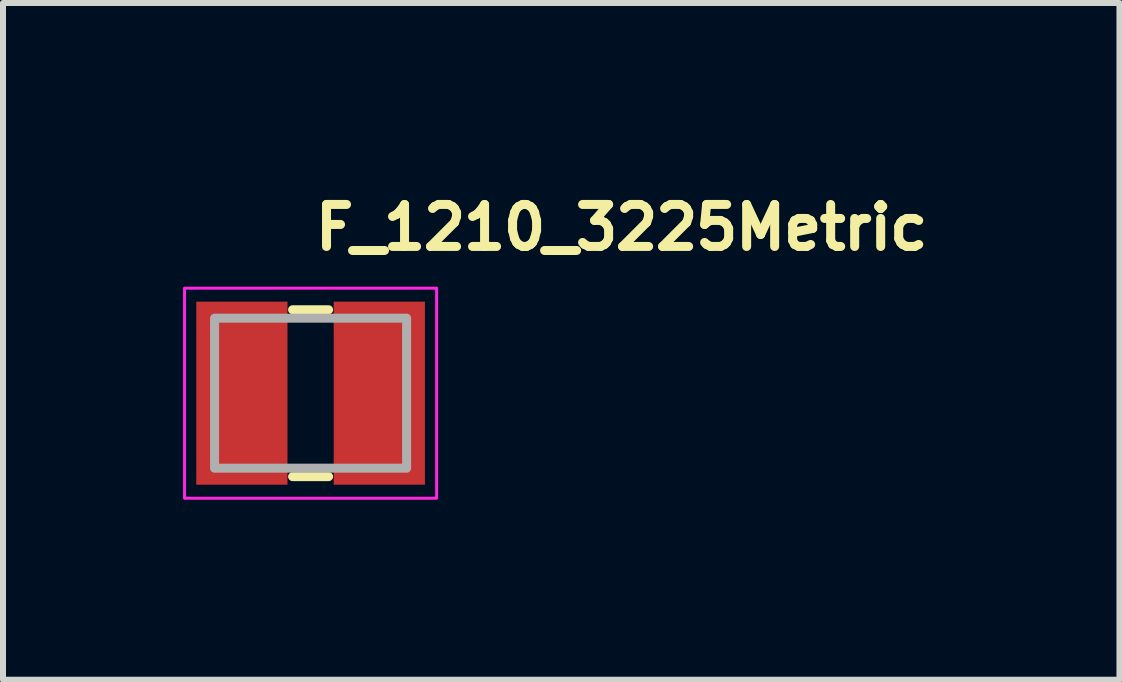
<source format=kicad_pcb>
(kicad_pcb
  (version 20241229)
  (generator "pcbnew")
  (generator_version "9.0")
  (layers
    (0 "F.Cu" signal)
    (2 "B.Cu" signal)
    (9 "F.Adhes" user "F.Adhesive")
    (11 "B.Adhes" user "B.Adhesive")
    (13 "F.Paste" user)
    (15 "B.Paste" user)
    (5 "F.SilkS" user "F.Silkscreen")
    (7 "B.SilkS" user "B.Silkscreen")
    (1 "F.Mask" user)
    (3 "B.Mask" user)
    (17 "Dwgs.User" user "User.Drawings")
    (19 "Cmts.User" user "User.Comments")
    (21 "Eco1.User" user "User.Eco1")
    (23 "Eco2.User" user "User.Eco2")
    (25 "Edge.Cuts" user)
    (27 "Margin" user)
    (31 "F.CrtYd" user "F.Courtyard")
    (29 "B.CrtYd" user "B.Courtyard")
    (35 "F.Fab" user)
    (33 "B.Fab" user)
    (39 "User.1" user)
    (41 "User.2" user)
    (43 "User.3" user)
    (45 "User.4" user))
  (footprint "F_1210_3225Metric"
    (layer "F.Cu")
    (at 2.125 3.501)
    (property "Reference" "F_1210_3225Metric" (at 0 -2.351 0) (layer "F.SilkS") (effects (font (size 0.7 0.7) (thickness 0.15)) (justify left bottom)))
    (attr smd)
    (fp_line (start -0.3 -1.39) (end 0.3 -1.39) (stroke (width 0.15) (type solid)) (layer "F.SilkS"))
    (fp_line (start -0.3 1.39) (end 0.3 1.39) (stroke (width 0.15) (type solid)) (layer "F.SilkS"))
    (fp_rect (start -2.1 -1.75) (end 2.1 1.75) (stroke (width 0.05) (type solid)) (fill no) (layer "F.CrtYd"))
    (fp_rect (start -1.6 -1.25) (end 1.6 1.25) (stroke (width 0.15) (type solid)) (fill no) (layer "F.Fab"))
    (fp_rect (start -1.6 -1.25) (end 1.6 1.25) (stroke (width 0.1) (type solid)) (fill no) (layer "User.5"))
    (fp_line (start -1.601 -1.246) (end -1.601 -1.244) (stroke (width 0.02) (type solid)) (layer "User.9"))
    (fp_line (start -1.601 -1.244) (end -1.601 -1.244) (stroke (width 0.02) (type solid)) (layer "User.9"))
    (fp_line (start -1.601 -1.244) (end -1.601 -1.244) (stroke (width 0.02) (type solid)) (layer "User.9"))
    (fp_line (start -1.601 -1.244) (end -1.601 -1.244) (stroke (width 0.02) (type solid)) (layer "User.9"))
    (fp_line (start -1.601 -1.244) (end -1.601 -1.244) (stroke (width 0.02) (type solid)) (layer "User.9"))
    (fp_line (start -1.601 -1.244) (end -1.601 -1.242) (stroke (width 0.02) (type solid)) (layer "User.9"))
    (fp_line (start -1.601 -1.242) (end -1.601 -1.242) (stroke (width 0.02) (type solid)) (layer "User.9"))
    (fp_line (start -1.601 -1.242) (end -1.601 -1.242) (stroke (width 0.02) (type solid)) (layer "User.9"))
    (fp_line (start -1.601 -1.242) (end -1.601 -1.24) (stroke (width 0.02) (type solid)) (layer "User.9"))
    (fp_line (start -1.601 -1.24) (end -1.601 -1.24) (stroke (width 0.02) (type solid)) (layer "User.9"))
    (fp_line (start -1.601 -1.24) (end -1.601 -1.24) (stroke (width 0.02) (type solid)) (layer "User.9"))
    (fp_line (start -1.601 -1.24) (end -1.601 -1.24) (stroke (width 0.02) (type solid)) (layer "User.9"))
    (fp_line (start -1.601 -1.24) (end -1.601 -1.24) (stroke (width 0.02) (type solid)) (layer "User.9"))
    (fp_line (start -1.601 -1.24) (end -1.601 -1.238) (stroke (width 0.02) (type solid)) (layer "User.9"))
    (fp_line (start -1.601 -1.24) (end -1.601 1.239) (stroke (width 0.02) (type solid)) (layer "User.9"))
    (fp_line (start -1.601 -1.238) (end -1.601 -1.238) (stroke (width 0.02) (type solid)) (layer "User.9"))
    (fp_line (start -1.601 -1.238) (end -1.601 -1.238) (stroke (width 0.02) (type solid)) (layer "User.9"))
    (fp_line (start -1.601 -1.238) (end -1.601 -1.238) (stroke (width 0.02) (type solid)) (layer "User.9"))
    (fp_line (start -1.601 -1.238) (end -1.601 -1.238) (stroke (width 0.02) (type solid)) (layer "User.9"))
    (fp_line (start -1.601 -1.238) (end -1.601 -1.236) (stroke (width 0.02) (type solid)) (layer "User.9"))
    (fp_line (start -1.601 -1.236) (end -1.599 -1.236) (stroke (width 0.02) (type solid)) (layer "User.9"))
    (fp_line (start -1.601 1.235) (end -1.601 1.235) (stroke (width 0.02) (type solid)) (layer "User.9"))
    (fp_line (start -1.601 1.235) (end -1.601 1.235) (stroke (width 0.02) (type solid)) (layer "User.9"))
    (fp_line (start -1.601 1.235) (end -1.601 1.237) (stroke (width 0.02) (type solid)) (layer "User.9"))
    (fp_line (start -1.601 1.237) (end -1.601 1.237) (stroke (width 0.02) (type solid)) (layer "User.9"))
    (fp_line (start -1.601 1.237) (end -1.601 1.237) (stroke (width 0.02) (type solid)) (layer "User.9"))
    (fp_line (start -1.601 1.237) (end -1.601 1.237) (stroke (width 0.02) (type solid)) (layer "User.9"))
    (fp_line (start -1.601 1.237) (end -1.601 1.237) (stroke (width 0.02) (type solid)) (layer "User.9"))
    (fp_line (start -1.601 1.237) (end -1.601 1.239) (stroke (width 0.02) (type solid)) (layer "User.9"))
    (fp_line (start -1.601 1.239) (end -1.601 1.239) (stroke (width 0.02) (type solid)) (layer "User.9"))
    (fp_line (start -1.601 1.239) (end -1.601 1.239) (stroke (width 0.02) (type solid)) (layer "User.9"))
    (fp_line (start -1.601 1.239) (end -1.601 1.239) (stroke (width 0.02) (type solid)) (layer "User.9"))
    (fp_line (start -1.601 1.239) (end -1.601 1.241) (stroke (width 0.02) (type solid)) (layer "User.9"))
    (fp_line (start -1.601 1.241) (end -1.601 1.241) (stroke (width 0.02) (type solid)) (layer "User.9"))
    (fp_line (start -1.601 1.241) (end -1.601 1.241) (stroke (width 0.02) (type solid)) (layer "User.9"))
    (fp_line (start -1.601 1.241) (end -1.601 1.241) (stroke (width 0.02) (type solid)) (layer "User.9"))
    (fp_line (start -1.601 1.241) (end -1.601 1.241) (stroke (width 0.02) (type solid)) (layer "User.9"))
    (fp_line (start -1.601 1.241) (end -1.601 1.243) (stroke (width 0.02) (type solid)) (layer "User.9"))
    (fp_line (start -1.601 1.243) (end -1.601 1.243) (stroke (width 0.02) (type solid)) (layer "User.9"))
    (fp_line (start -1.601 1.243) (end -1.601 1.243) (stroke (width 0.02) (type solid)) (layer "User.9"))
    (fp_line (start -1.601 1.243) (end -1.599 1.243) (stroke (width 0.02) (type solid)) (layer "User.9"))
    (fp_line (start -1.599 -1.248) (end -1.599 -1.248) (stroke (width 0.02) (type solid)) (layer "User.9"))
    (fp_line (start -1.599 -1.248) (end -1.599 -1.248) (stroke (width 0.02) (type solid)) (layer "User.9"))
    (fp_line (start -1.599 -1.248) (end -1.599 -1.246) (stroke (width 0.02) (type solid)) (layer "User.9"))
    (fp_line (start -1.599 -1.246) (end -1.601 -1.246) (stroke (width 0.02) (type solid)) (layer "User.9"))
    (fp_line (start -1.599 -1.246) (end -1.599 -1.246) (stroke (width 0.02) (type solid)) (layer "User.9"))
    (fp_line (start -1.599 -1.246) (end -1.599 -1.246) (stroke (width 0.02) (type solid)) (layer "User.9"))
    (fp_line (start -1.599 -1.246) (end -1.599 -1.246) (stroke (width 0.02) (type solid)) (layer "User.9"))
    (fp_line (start -1.599 -1.236) (end -1.599 -1.236) (stroke (width 0.02) (type solid)) (layer "User.9"))
    (fp_line (start -1.599 -1.236) (end -1.599 -1.236) (stroke (width 0.02) (type solid)) (layer "User.9"))
    (fp_line (start -1.599 -1.236) (end -1.599 -1.236) (stroke (width 0.02) (type solid)) (layer "User.9"))
    (fp_line (start -1.599 -1.236) (end -1.599 -1.234) (stroke (width 0.02) (type solid)) (layer "User.9"))
    (fp_line (start -1.599 -1.234) (end -1.599 -1.234) (stroke (width 0.02) (type solid)) (layer "User.9"))
    (fp_line (start -1.599 -1.234) (end -1.599 -1.234) (stroke (width 0.02) (type solid)) (layer "User.9"))
    (fp_line (start -1.599 -1.234) (end -1.597 -1.234) (stroke (width 0.02) (type solid)) (layer "User.9"))
    (fp_line (start -1.599 1.231) (end -1.599 1.233) (stroke (width 0.02) (type solid)) (layer "User.9"))
    (fp_line (start -1.599 1.233) (end -1.599 1.233) (stroke (width 0.02) (type solid)) (layer "User.9"))
    (fp_line (start -1.599 1.233) (end -1.599 1.233) (stroke (width 0.02) (type solid)) (layer "User.9"))
    (fp_line (start -1.599 1.233) (end -1.599 1.233) (stroke (width 0.02) (type solid)) (layer "User.9"))
    (fp_line (start -1.599 1.233) (end -1.599 1.233) (stroke (width 0.02) (type solid)) (layer "User.9"))
    (fp_line (start -1.599 1.233) (end -1.599 1.235) (stroke (width 0.02) (type solid)) (layer "User.9"))
    (fp_line (start -1.599 1.235) (end -1.601 1.235) (stroke (width 0.02) (type solid)) (layer "User.9"))
    (fp_line (start -1.599 1.243) (end -1.599 1.245) (stroke (width 0.02) (type solid)) (layer "User.9"))
    (fp_line (start -1.599 1.245) (end -1.599 1.245) (stroke (width 0.02) (type solid)) (layer "User.9"))
    (fp_line (start -1.599 1.245) (end -1.599 1.245) (stroke (width 0.02) (type solid)) (layer "User.9"))
    (fp_line (start -1.599 1.245) (end -1.599 1.245) (stroke (width 0.02) (type solid)) (layer "User.9"))
    (fp_line (start -1.599 1.245) (end -1.599 1.245) (stroke (width 0.02) (type solid)) (layer "User.9"))
    (fp_line (start -1.599 1.245) (end -1.599 1.247) (stroke (width 0.02) (type solid)) (layer "User.9"))
    (fp_line (start -1.599 1.247) (end -1.597 1.247) (stroke (width 0.02) (type solid)) (layer "User.9"))
    (fp_line (start -1.597 -1.25) (end -1.597 -1.25) (stroke (width 0.02) (type solid)) (layer "User.9"))
    (fp_line (start -1.597 -1.25) (end -1.597 -1.25) (stroke (width 0.02) (type solid)) (layer "User.9"))
    (fp_line (start -1.597 -1.25) (end -1.597 -1.248) (stroke (width 0.02) (type solid)) (layer "User.9"))
    (fp_line (start -1.597 -1.248) (end -1.599 -1.248) (stroke (width 0.02) (type solid)) (layer "User.9"))
    (fp_line (start -1.597 -1.248) (end -1.597 -1.248) (stroke (width 0.02) (type solid)) (layer "User.9"))
    (fp_line (start -1.597 -1.234) (end -1.597 -1.234) (stroke (width 0.02) (type solid)) (layer "User.9"))
    (fp_line (start -1.597 -1.234) (end -1.597 -1.232) (stroke (width 0.02) (type solid)) (layer "User.9"))
    (fp_line (start -1.597 -1.232) (end -1.597 -1.232) (stroke (width 0.02) (type solid)) (layer "User.9"))
    (fp_line (start -1.597 -1.232) (end -1.597 -1.232) (stroke (width 0.02) (type solid)) (layer "User.9"))
    (fp_line (start -1.597 -1.232) (end -1.595 -1.232) (stroke (width 0.02) (type solid)) (layer "User.9"))
    (fp_line (start -1.597 1.231) (end -1.599 1.231) (stroke (width 0.02) (type solid)) (layer "User.9"))
    (fp_line (start -1.597 1.231) (end -1.597 1.231) (stroke (width 0.02) (type solid)) (layer "User.9"))
    (fp_line (start -1.597 1.231) (end -1.597 1.231) (stroke (width 0.02) (type solid)) (layer "User.9"))
    (fp_line (start -1.597 1.231) (end -1.597 1.231) (stroke (width 0.02) (type solid)) (layer "User.9"))
    (fp_line (start -1.597 1.231) (end -1.597 1.231) (stroke (width 0.02) (type solid)) (layer "User.9"))
    (fp_line (start -1.597 1.247) (end -1.597 1.247) (stroke (width 0.02) (type solid)) (layer "User.9"))
    (fp_line (start -1.597 1.247) (end -1.597 1.247) (stroke (width 0.02) (type solid)) (layer "User.9"))
    (fp_line (start -1.597 1.247) (end -1.597 1.247) (stroke (width 0.02) (type solid)) (layer "User.9"))
    (fp_line (start -1.597 1.247) (end -1.597 1.247) (stroke (width 0.02) (type solid)) (layer "User.9"))
    (fp_line (start -1.597 1.247) (end -1.595 1.247) (stroke (width 0.02) (type solid)) (layer "User.9"))
    (fp_line (start -1.595 -1.25) (end -1.597 -1.25) (stroke (width 0.02) (type solid)) (layer "User.9"))
    (fp_line (start -1.595 -1.25) (end -1.595 -1.25) (stroke (width 0.02) (type solid)) (layer "User.9"))
    (fp_line (start -1.595 -1.25) (end -1.595 -1.25) (stroke (width 0.02) (type solid)) (layer "User.9"))
    (fp_line (start -1.595 -1.25) (end -1.595 -1.25) (stroke (width 0.02) (type solid)) (layer "User.9"))
    (fp_line (start -1.595 -1.232) (end -1.595 -1.232) (stroke (width 0.02) (type solid)) (layer "User.9"))
    (fp_line (start -1.595 -1.232) (end -1.595 -1.232) (stroke (width 0.02) (type solid)) (layer "User.9"))
    (fp_line (start -1.595 -1.232) (end -1.595 -1.232) (stroke (width 0.02) (type solid)) (layer "User.9"))
    (fp_line (start -1.595 -1.232) (end -1.593 -1.232) (stroke (width 0.02) (type solid)) (layer "User.9"))
    (fp_line (start -1.595 1.229) (end -1.595 1.229) (stroke (width 0.02) (type solid)) (layer "User.9"))
    (fp_line (start -1.595 1.229) (end -1.595 1.229) (stroke (width 0.02) (type solid)) (layer "User.9"))
    (fp_line (start -1.595 1.229) (end -1.595 1.231) (stroke (width 0.02) (type solid)) (layer "User.9"))
    (fp_line (start -1.595 1.231) (end -1.597 1.231) (stroke (width 0.02) (type solid)) (layer "User.9"))
    (fp_line (start -1.595 1.247) (end -1.595 1.249) (stroke (width 0.02) (type solid)) (layer "User.9"))
    (fp_line (start -1.595 1.249) (end -1.595 1.249) (stroke (width 0.02) (type solid)) (layer "User.9"))
    (fp_line (start -1.595 1.249) (end -1.595 1.249) (stroke (width 0.02) (type solid)) (layer "User.9"))
    (fp_line (start -1.595 1.249) (end -1.593 1.249) (stroke (width 0.02) (type solid)) (layer "User.9"))
    (fp_line (start -1.593 -1.25) (end -1.595 -1.25) (stroke (width 0.02) (type solid)) (layer "User.9"))
    (fp_line (start -1.593 -1.25) (end -1.593 -1.25) (stroke (width 0.02) (type solid)) (layer "User.9"))
    (fp_line (start -1.593 -1.25) (end -1.593 -1.25) (stroke (width 0.02) (type solid)) (layer "User.9"))
    (fp_line (start -1.593 -1.25) (end -1.593 -1.25) (stroke (width 0.02) (type solid)) (layer "User.9"))
    (fp_line (start -1.593 -1.25) (end -1.593 -1.25) (stroke (width 0.02) (type solid)) (layer "User.9"))
    (fp_line (start -1.593 -1.232) (end -1.593 -1.232) (stroke (width 0.02) (type solid)) (layer "User.9"))
    (fp_line (start -1.593 -1.232) (end -1.593 -1.232) (stroke (width 0.02) (type solid)) (layer "User.9"))
    (fp_line (start -1.593 -1.232) (end -1.593 -1.232) (stroke (width 0.02) (type solid)) (layer "User.9"))
    (fp_line (start -1.593 -1.232) (end -1.593 -1.232) (stroke (width 0.02) (type solid)) (layer "User.9"))
    (fp_line (start -1.593 -1.232) (end -1.591 -1.232) (stroke (width 0.02) (type solid)) (layer "User.9"))
    (fp_line (start -1.593 1.229) (end -1.595 1.229) (stroke (width 0.02) (type solid)) (layer "User.9"))
    (fp_line (start -1.593 1.229) (end -1.593 1.229) (stroke (width 0.02) (type solid)) (layer "User.9"))
    (fp_line (start -1.593 1.229) (end -1.593 1.229) (stroke (width 0.02) (type solid)) (layer "User.9"))
    (fp_line (start -1.593 1.229) (end -1.593 1.229) (stroke (width 0.02) (type solid)) (layer "User.9"))
    (fp_line (start -1.593 1.229) (end -1.593 1.229) (stroke (width 0.02) (type solid)) (layer "User.9"))
    (fp_line (start -1.593 1.249) (end -1.593 1.249) (stroke (width 0.02) (type solid)) (layer "User.9"))
    (fp_line (start -1.593 1.249) (end -1.593 1.249) (stroke (width 0.02) (type solid)) (layer "User.9"))
    (fp_line (start -1.593 1.249) (end -1.593 1.249) (stroke (width 0.02) (type solid)) (layer "User.9"))
    (fp_line (start -1.593 1.249) (end -1.593 1.249) (stroke (width 0.02) (type solid)) (layer "User.9"))
    (fp_line (start -1.593 1.249) (end -1.591 1.249) (stroke (width 0.02) (type solid)) (layer "User.9"))
    (fp_line (start -1.591 -1.25) (end -1.593 -1.25) (stroke (width 0.02) (type solid)) (layer "User.9"))
    (fp_line (start -1.591 -1.25) (end -1.591 -1.25) (stroke (width 0.02) (type solid)) (layer "User.9"))
    (fp_line (start -1.591 -1.25) (end -1.591 -1.25) (stroke (width 0.02) (type solid)) (layer "User.9"))
    (fp_line (start -1.591 -1.25) (end -1.591 -1.25) (stroke (width 0.02) (type solid)) (layer "User.9"))
    (fp_line (start -1.591 -1.232) (end -1.591 -1.23) (stroke (width 0.02) (type solid)) (layer "User.9"))
    (fp_line (start -1.591 -1.232) (end -1.589 -1.232) (stroke (width 0.02) (type solid)) (layer "User.9"))
    (fp_line (start -1.591 -1.23) (end -1.591 -1.232) (stroke (width 0.02) (type solid)) (layer "User.9"))
    (fp_line (start -1.591 -1.23) (end -1.591 -1.23) (stroke (width 0.02) (type solid)) (layer "User.9"))
    (fp_line (start -1.591 1.229) (end -1.593 1.229) (stroke (width 0.02) (type solid)) (layer "User.9"))
    (fp_line (start -1.591 1.229) (end -1.591 1.229) (stroke (width 0.02) (type solid)) (layer "User.9"))
    (fp_line (start -1.591 1.229) (end -1.591 1.229) (stroke (width 0.02) (type solid)) (layer "User.9"))
    (fp_line (start -1.591 1.229) (end -1.591 1.229) (stroke (width 0.02) (type solid)) (layer "User.9"))
    (fp_line (start -1.591 1.249) (end -1.591 1.249) (stroke (width 0.02) (type solid)) (layer "User.9"))
    (fp_line (start -1.591 1.249) (end -1.591 1.249) (stroke (width 0.02) (type solid)) (layer "User.9"))
    (fp_line (start -1.591 1.249) (end -1.591 1.249) (stroke (width 0.02) (type solid)) (layer "User.9"))
    (fp_line (start -1.591 1.249) (end -1.589 1.249) (stroke (width 0.02) (type solid)) (layer "User.9"))
    (fp_line (start -1.591 1.249) (end -0.85 1.249) (stroke (width 0.02) (type solid)) (layer "User.9"))
    (fp_line (start -1.589 -1.25) (end -1.591 -1.25) (stroke (width 0.02) (type solid)) (layer "User.9"))
    (fp_line (start -1.589 -1.25) (end -1.589 -1.25) (stroke (width 0.02) (type solid)) (layer "User.9"))
    (fp_line (start -1.589 -1.25) (end -1.589 -1.25) (stroke (width 0.02) (type solid)) (layer "User.9"))
    (fp_line (start -1.589 -1.25) (end -1.589 -1.25) (stroke (width 0.02) (type solid)) (layer "User.9"))
    (fp_line (start -1.589 -1.25) (end -1.589 -1.25) (stroke (width 0.02) (type solid)) (layer "User.9"))
    (fp_line (start -1.589 -1.232) (end -1.589 -1.232) (stroke (width 0.02) (type solid)) (layer "User.9"))
    (fp_line (start -1.589 -1.232) (end -1.589 -1.232) (stroke (width 0.02) (type solid)) (layer "User.9"))
    (fp_line (start -1.589 -1.232) (end -1.589 -1.232) (stroke (width 0.02) (type solid)) (layer "User.9"))
    (fp_line (start -1.589 -1.232) (end -1.589 -1.232) (stroke (width 0.02) (type solid)) (layer "User.9"))
    (fp_line (start -1.589 -1.232) (end -1.587 -1.232) (stroke (width 0.02) (type solid)) (layer "User.9"))
    (fp_line (start -1.589 1.229) (end -1.591 1.229) (stroke (width 0.02) (type solid)) (layer "User.9"))
    (fp_line (start -1.589 1.229) (end -1.589 1.229) (stroke (width 0.02) (type solid)) (layer "User.9"))
    (fp_line (start -1.589 1.229) (end -1.589 1.229) (stroke (width 0.02) (type solid)) (layer "User.9"))
    (fp_line (start -1.589 1.229) (end -1.589 1.229) (stroke (width 0.02) (type solid)) (layer "User.9"))
    (fp_line (start -1.589 1.229) (end -1.589 1.229) (stroke (width 0.02) (type solid)) (layer "User.9"))
    (fp_line (start -1.589 1.249) (end -1.589 1.249) (stroke (width 0.02) (type solid)) (layer "User.9"))
    (fp_line (start -1.589 1.249) (end -1.589 1.249) (stroke (width 0.02) (type solid)) (layer "User.9"))
    (fp_line (start -1.589 1.249) (end -1.589 1.249) (stroke (width 0.02) (type solid)) (layer "User.9"))
    (fp_line (start -1.589 1.249) (end -1.589 1.249) (stroke (width 0.02) (type solid)) (layer "User.9"))
    (fp_line (start -1.589 1.249) (end -1.587 1.249) (stroke (width 0.02) (type solid)) (layer "User.9"))
    (fp_line (start -1.587 -1.25) (end -1.589 -1.25) (stroke (width 0.02) (type solid)) (layer "User.9"))
    (fp_line (start -1.587 -1.25) (end -1.587 -1.25) (stroke (width 0.02) (type solid)) (layer "User.9"))
    (fp_line (start -1.587 -1.25) (end -1.587 -1.25) (stroke (width 0.02) (type solid)) (layer "User.9"))
    (fp_line (start -1.587 -1.25) (end -1.587 -1.25) (stroke (width 0.02) (type solid)) (layer "User.9"))
    (fp_line (start -1.587 -1.232) (end -1.587 -1.232) (stroke (width 0.02) (type solid)) (layer "User.9"))
    (fp_line (start -1.587 -1.232) (end -1.587 -1.232) (stroke (width 0.02) (type solid)) (layer "User.9"))
    (fp_line (start -1.587 -1.232) (end -1.587 -1.232) (stroke (width 0.02) (type solid)) (layer "User.9"))
    (fp_line (start -1.587 -1.232) (end -1.585 -1.232) (stroke (width 0.02) (type solid)) (layer "User.9"))
    (fp_line (start -1.587 1.229) (end -1.589 1.229) (stroke (width 0.02) (type solid)) (layer "User.9"))
    (fp_line (start -1.587 1.229) (end -1.587 1.229) (stroke (width 0.02) (type solid)) (layer "User.9"))
    (fp_line (start -1.587 1.229) (end -1.587 1.229) (stroke (width 0.02) (type solid)) (layer "User.9"))
    (fp_line (start -1.587 1.231) (end -1.587 1.229) (stroke (width 0.02) (type solid)) (layer "User.9"))
    (fp_line (start -1.587 1.247) (end -1.585 1.247) (stroke (width 0.02) (type solid)) (layer "User.9"))
    (fp_line (start -1.587 1.249) (end -1.587 1.247) (stroke (width 0.02) (type solid)) (layer "User.9"))
    (fp_line (start -1.587 1.249) (end -1.587 1.249) (stroke (width 0.02) (type solid)) (layer "User.9"))
    (fp_line (start -1.587 1.249) (end -1.587 1.249) (stroke (width 0.02) (type solid)) (layer "User.9"))
    (fp_line (start -1.585 -1.25) (end -1.587 -1.25) (stroke (width 0.02) (type solid)) (layer "User.9"))
    (fp_line (start -1.585 -1.25) (end -1.585 -1.25) (stroke (width 0.02) (type solid)) (layer "User.9"))
    (fp_line (start -1.585 -1.25) (end -1.585 -1.25) (stroke (width 0.02) (type solid)) (layer "User.9"))
    (fp_line (start -1.585 -1.248) (end -1.585 -1.25) (stroke (width 0.02) (type solid)) (layer "User.9"))
    (fp_line (start -1.585 -1.248) (end -1.585 -1.248) (stroke (width 0.02) (type solid)) (layer "User.9"))
    (fp_line (start -1.585 -1.234) (end -1.585 -1.234) (stroke (width 0.02) (type solid)) (layer "User.9"))
    (fp_line (start -1.585 -1.234) (end -1.583 -1.234) (stroke (width 0.02) (type solid)) (layer "User.9"))
    (fp_line (start -1.585 -1.232) (end -1.585 -1.234) (stroke (width 0.02) (type solid)) (layer "User.9"))
    (fp_line (start -1.585 -1.232) (end -1.585 -1.232) (stroke (width 0.02) (type solid)) (layer "User.9"))
    (fp_line (start -1.585 -1.232) (end -1.585 -1.232) (stroke (width 0.02) (type solid)) (layer "User.9"))
    (fp_line (start -1.585 1.231) (end -1.587 1.231) (stroke (width 0.02) (type solid)) (layer "User.9"))
    (fp_line (start -1.585 1.231) (end -1.585 1.231) (stroke (width 0.02) (type solid)) (layer "User.9"))
    (fp_line (start -1.585 1.231) (end -1.585 1.231) (stroke (width 0.02) (type solid)) (layer "User.9"))
    (fp_line (start -1.585 1.231) (end -1.585 1.231) (stroke (width 0.02) (type solid)) (layer "User.9"))
    (fp_line (start -1.585 1.231) (end -1.585 1.231) (stroke (width 0.02) (type solid)) (layer "User.9"))
    (fp_line (start -1.585 1.247) (end -1.585 1.247) (stroke (width 0.02) (type solid)) (layer "User.9"))
    (fp_line (start -1.585 1.247) (end -1.585 1.247) (stroke (width 0.02) (type solid)) (layer "User.9"))
    (fp_line (start -1.585 1.247) (end -1.585 1.247) (stroke (width 0.02) (type solid)) (layer "User.9"))
    (fp_line (start -1.585 1.247) (end -1.585 1.247) (stroke (width 0.02) (type solid)) (layer "User.9"))
    (fp_line (start -1.585 1.247) (end -1.583 1.247) (stroke (width 0.02) (type solid)) (layer "User.9"))
    (fp_line (start -1.583 -1.248) (end -1.585 -1.248) (stroke (width 0.02) (type solid)) (layer "User.9"))
    (fp_line (start -1.583 -1.248) (end -1.583 -1.248) (stroke (width 0.02) (type solid)) (layer "User.9"))
    (fp_line (start -1.583 -1.248) (end -1.583 -1.248) (stroke (width 0.02) (type solid)) (layer "User.9"))
    (fp_line (start -1.583 -1.246) (end -1.583 -1.248) (stroke (width 0.02) (type solid)) (layer "User.9"))
    (fp_line (start -1.583 -1.246) (end -1.583 -1.246) (stroke (width 0.02) (type solid)) (layer "User.9"))
    (fp_line (start -1.583 -1.246) (end -1.583 -1.246) (stroke (width 0.02) (type solid)) (layer "User.9"))
    (fp_line (start -1.583 -1.246) (end -1.583 -1.246) (stroke (width 0.02) (type solid)) (layer "User.9"))
    (fp_line (start -1.583 -1.236) (end -1.583 -1.236) (stroke (width 0.02) (type solid)) (layer "User.9"))
    (fp_line (start -1.583 -1.236) (end -1.583 -1.236) (stroke (width 0.02) (type solid)) (layer "User.9"))
    (fp_line (start -1.583 -1.236) (end -1.583 -1.236) (stroke (width 0.02) (type solid)) (layer "User.9"))
    (fp_line (start -1.583 -1.236) (end -1.581 -1.236) (stroke (width 0.02) (type solid)) (layer "User.9"))
    (fp_line (start -1.583 -1.234) (end -1.583 -1.236) (stroke (width 0.02) (type solid)) (layer "User.9"))
    (fp_line (start -1.583 -1.234) (end -1.583 -1.234) (stroke (width 0.02) (type solid)) (layer "User.9"))
    (fp_line (start -1.583 -1.234) (end -1.583 -1.234) (stroke (width 0.02) (type solid)) (layer "User.9"))
    (fp_line (start -1.583 1.231) (end -1.585 1.231) (stroke (width 0.02) (type solid)) (layer "User.9"))
    (fp_line (start -1.583 1.233) (end -1.583 1.231) (stroke (width 0.02) (type solid)) (layer "User.9"))
    (fp_line (start -1.583 1.233) (end -1.583 1.233) (stroke (width 0.02) (type solid)) (layer "User.9"))
    (fp_line (start -1.583 1.233) (end -1.583 1.233) (stroke (width 0.02) (type solid)) (layer "User.9"))
    (fp_line (start -1.583 1.233) (end -1.583 1.233) (stroke (width 0.02) (type solid)) (layer "User.9"))
    (fp_line (start -1.583 1.233) (end -1.583 1.233) (stroke (width 0.02) (type solid)) (layer "User.9"))
    (fp_line (start -1.583 1.235) (end -1.583 1.233) (stroke (width 0.02) (type solid)) (layer "User.9"))
    (fp_line (start -1.583 1.243) (end -1.581 1.243) (stroke (width 0.02) (type solid)) (layer "User.9"))
    (fp_line (start -1.583 1.245) (end -1.583 1.243) (stroke (width 0.02) (type solid)) (layer "User.9"))
    (fp_line (start -1.583 1.245) (end -1.583 1.245) (stroke (width 0.02) (type solid)) (layer "User.9"))
    (fp_line (start -1.583 1.245) (end -1.583 1.245) (stroke (width 0.02) (type solid)) (layer "User.9"))
    (fp_line (start -1.583 1.245) (end -1.583 1.245) (stroke (width 0.02) (type solid)) (layer "User.9"))
    (fp_line (start -1.583 1.245) (end -1.583 1.245) (stroke (width 0.02) (type solid)) (layer "User.9"))
    (fp_line (start -1.583 1.247) (end -1.583 1.245) (stroke (width 0.02) (type solid)) (layer "User.9"))
    (fp_line (start -1.581 -1.246) (end -1.583 -1.246) (stroke (width 0.02) (type solid)) (layer "User.9"))
    (fp_line (start -1.581 -1.244) (end -1.581 -1.246) (stroke (width 0.02) (type solid)) (layer "User.9"))
    (fp_line (start -1.581 -1.244) (end -1.581 -1.244) (stroke (width 0.02) (type solid)) (layer "User.9"))
    (fp_line (start -1.581 -1.244) (end -1.581 -1.244) (stroke (width 0.02) (type solid)) (layer "User.9"))
    (fp_line (start -1.581 -1.244) (end -1.581 -1.244) (stroke (width 0.02) (type solid)) (layer "User.9"))
    (fp_line (start -1.581 -1.244) (end -1.581 -1.244) (stroke (width 0.02) (type solid)) (layer "User.9"))
    (fp_line (start -1.581 -1.242) (end -1.581 -1.244) (stroke (width 0.02) (type solid)) (layer "User.9"))
    (fp_line (start -1.581 -1.242) (end -1.581 -1.242) (stroke (width 0.02) (type solid)) (layer "User.9"))
    (fp_line (start -1.581 -1.242) (end -1.581 -1.242) (stroke (width 0.02) (type solid)) (layer "User.9"))
    (fp_line (start -1.581 -1.24) (end -1.581 -1.242) (stroke (width 0.02) (type solid)) (layer "User.9"))
    (fp_line (start -1.581 -1.24) (end -1.581 -1.24) (stroke (width 0.02) (type solid)) (layer "User.9"))
    (fp_line (start -1.581 -1.24) (end -1.581 -1.24) (stroke (width 0.02) (type solid)) (layer "User.9"))
    (fp_line (start -1.581 -1.24) (end -1.581 -1.24) (stroke (width 0.02) (type solid)) (layer "User.9"))
    (fp_line (start -1.581 -1.24) (end -1.581 -1.24) (stroke (width 0.02) (type solid)) (layer "User.9"))
    (fp_line (start -1.581 -1.24) (end -1.581 -1.24) (stroke (width 0.02) (type solid)) (layer "User.9"))
    (fp_line (start -1.581 -1.238) (end -1.581 -1.24) (stroke (width 0.02) (type solid)) (layer "User.9"))
    (fp_line (start -1.581 -1.238) (end -1.581 -1.238) (stroke (width 0.02) (type solid)) (layer "User.9"))
    (fp_line (start -1.581 -1.238) (end -1.581 -1.238) (stroke (width 0.02) (type solid)) (layer "User.9"))
    (fp_line (start -1.581 -1.238) (end -1.581 -1.238) (stroke (width 0.02) (type solid)) (layer "User.9"))
    (fp_line (start -1.581 -1.238) (end -1.581 -1.238) (stroke (width 0.02) (type solid)) (layer "User.9"))
    (fp_line (start -1.581 -1.236) (end -1.581 -1.238) (stroke (width 0.02) (type solid)) (layer "User.9"))
    (fp_line (start -1.581 1.235) (end -1.583 1.235) (stroke (width 0.02) (type solid)) (layer "User.9"))
    (fp_line (start -1.581 1.235) (end -1.581 1.235) (stroke (width 0.02) (type solid)) (layer "User.9"))
    (fp_line (start -1.581 1.235) (end -1.581 1.235) (stroke (width 0.02) (type solid)) (layer "User.9"))
    (fp_line (start -1.581 1.237) (end -1.581 1.235) (stroke (width 0.02) (type solid)) (layer "User.9"))
    (fp_line (start -1.581 1.237) (end -1.581 1.237) (stroke (width 0.02) (type solid)) (layer "User.9"))
    (fp_line (start -1.581 1.237) (end -1.581 1.237) (stroke (width 0.02) (type solid)) (layer "User.9"))
    (fp_line (start -1.581 1.237) (end -1.581 1.237) (stroke (width 0.02) (type solid)) (layer "User.9"))
    (fp_line (start -1.581 1.237) (end -1.581 1.237) (stroke (width 0.02) (type solid)) (layer "User.9"))
    (fp_line (start -1.581 1.239) (end -1.581 1.237) (stroke (width 0.02) (type solid)) (layer "User.9"))
    (fp_line (start -1.581 1.239) (end -1.581 1.239) (stroke (width 0.02) (type solid)) (layer "User.9"))
    (fp_line (start -1.581 1.239) (end -1.581 1.239) (stroke (width 0.02) (type solid)) (layer "User.9"))
    (fp_line (start -1.581 1.239) (end -1.581 1.239) (stroke (width 0.02) (type solid)) (layer "User.9"))
    (fp_line (start -1.581 1.239) (end -1.581 1.239) (stroke (width 0.02) (type solid)) (layer "User.9"))
    (fp_line (start -1.581 1.241) (end -1.581 1.239) (stroke (width 0.02) (type solid)) (layer "User.9"))
    (fp_line (start -1.581 1.241) (end -1.581 1.241) (stroke (width 0.02) (type solid)) (layer "User.9"))
    (fp_line (start -1.581 1.241) (end -1.581 1.241) (stroke (width 0.02) (type solid)) (layer "User.9"))
    (fp_line (start -1.581 1.241) (end -1.581 1.241) (stroke (width 0.02) (type solid)) (layer "User.9"))
    (fp_line (start -1.581 1.241) (end -1.581 1.241) (stroke (width 0.02) (type solid)) (layer "User.9"))
    (fp_line (start -1.581 1.243) (end -1.581 1.241) (stroke (width 0.02) (type solid)) (layer "User.9"))
    (fp_line (start -1.581 1.243) (end -1.581 1.243) (stroke (width 0.02) (type solid)) (layer "User.9"))
    (fp_line (start -1.581 1.243) (end -1.581 1.243) (stroke (width 0.02) (type solid)) (layer "User.9"))
    (fp_line (start -0.85 -1.25) (end -1.591 -1.25) (stroke (width 0.02) (type solid)) (layer "User.9"))
    (fp_line (start -0.85 -1.24) (end -0.85 -1.25) (stroke (width 0.02) (type solid)) (layer "User.9"))
    (fp_line (start -0.85 1.233) (end 0.848 1.233) (stroke (width 0.02) (type solid)) (layer "User.9"))
    (fp_line (start -0.85 1.239) (end -0.85 -1.24) (stroke (width 0.02) (type solid)) (layer "User.9"))
    (fp_line (start -0.85 1.249) (end -0.85 1.239) (stroke (width 0.02) (type solid)) (layer "User.9"))
    (fp_line (start 0.848 -1.25) (end 0.848 -1.24) (stroke (width 0.02) (type solid)) (layer "User.9"))
    (fp_line (start 0.848 -1.24) (end 0.848 1.239) (stroke (width 0.02) (type solid)) (layer "User.9"))
    (fp_line (start 0.848 -1.236) (end -0.85 -1.236) (stroke (width 0.02) (type solid)) (layer "User.9"))
    (fp_line (start 0.848 1.239) (end 0.848 1.249) (stroke (width 0.02) (type solid)) (layer "User.9"))
    (fp_line (start 0.848 1.249) (end 1.59 1.249) (stroke (width 0.02) (type solid)) (layer "User.9"))
    (fp_line (start 1.58 -1.246) (end 1.58 -1.246) (stroke (width 0.02) (type solid)) (layer "User.9"))
    (fp_line (start 1.58 -1.246) (end 1.58 -1.246) (stroke (width 0.02) (type solid)) (layer "User.9"))
    (fp_line (start 1.58 -1.246) (end 1.58 -1.246) (stroke (width 0.02) (type solid)) (layer "User.9"))
    (fp_line (start 1.58 -1.246) (end 1.58 -1.246) (stroke (width 0.02) (type solid)) (layer "User.9"))
    (fp_line (start 1.58 -1.246) (end 1.58 -1.244) (stroke (width 0.02) (type solid)) (layer "User.9"))
    (fp_line (start 1.58 -1.244) (end 1.58 -1.244) (stroke (width 0.02) (type solid)) (layer "User.9"))
    (fp_line (start 1.58 -1.244) (end 1.58 -1.244) (stroke (width 0.02) (type solid)) (layer "User.9"))
    (fp_line (start 1.58 -1.244) (end 1.58 -1.244) (stroke (width 0.02) (type solid)) (layer "User.9"))
    (fp_line (start 1.58 -1.244) (end 1.58 -1.244) (stroke (width 0.02) (type solid)) (layer "User.9"))
    (fp_line (start 1.58 -1.244) (end 1.58 -1.242) (stroke (width 0.02) (type solid)) (layer "User.9"))
    (fp_line (start 1.58 -1.242) (end 1.58 -1.242) (stroke (width 0.02) (type solid)) (layer "User.9"))
    (fp_line (start 1.58 -1.242) (end 1.58 -1.242) (stroke (width 0.02) (type solid)) (layer "User.9"))
    (fp_line (start 1.58 -1.242) (end 1.58 -1.24) (stroke (width 0.02) (type solid)) (layer "User.9"))
    (fp_line (start 1.58 -1.24) (end 1.58 -1.24) (stroke (width 0.02) (type solid)) (layer "User.9"))
    (fp_line (start 1.58 -1.24) (end 1.58 -1.24) (stroke (width 0.02) (type solid)) (layer "User.9"))
    (fp_line (start 1.58 -1.24) (end 1.58 -1.24) (stroke (width 0.02) (type solid)) (layer "User.9"))
    (fp_line (start 1.58 -1.24) (end 1.58 -1.24) (stroke (width 0.02) (type solid)) (layer "User.9"))
    (fp_line (start 1.58 -1.24) (end 1.58 -1.238) (stroke (width 0.02) (type solid)) (layer "User.9"))
    (fp_line (start 1.58 -1.238) (end 1.58 -1.238) (stroke (width 0.02) (type solid)) (layer "User.9"))
    (fp_line (start 1.58 -1.238) (end 1.58 -1.238) (stroke (width 0.02) (type solid)) (layer "User.9"))
    (fp_line (start 1.58 -1.238) (end 1.58 -1.238) (stroke (width 0.02) (type solid)) (layer "User.9"))
    (fp_line (start 1.58 -1.238) (end 1.58 -1.238) (stroke (width 0.02) (type solid)) (layer "User.9"))
    (fp_line (start 1.58 -1.238) (end 1.58 -1.236) (stroke (width 0.02) (type solid)) (layer "User.9"))
    (fp_line (start 1.58 -1.236) (end 1.58 -1.236) (stroke (width 0.02) (type solid)) (layer "User.9"))
    (fp_line (start 1.58 -1.236) (end 1.58 -1.236) (stroke (width 0.02) (type solid)) (layer "User.9"))
    (fp_line (start 1.58 -1.236) (end 1.58 -1.236) (stroke (width 0.02) (type solid)) (layer "User.9"))
    (fp_line (start 1.58 -1.236) (end 1.58 -1.236) (stroke (width 0.02) (type solid)) (layer "User.9"))
    (fp_line (start 1.58 -1.236) (end 1.582 -1.234) (stroke (width 0.02) (type solid)) (layer "User.9"))
    (fp_line (start 1.58 1.233) (end 1.58 1.233) (stroke (width 0.02) (type solid)) (layer "User.9"))
    (fp_line (start 1.58 1.233) (end 1.58 1.233) (stroke (width 0.02) (type solid)) (layer "User.9"))
    (fp_line (start 1.58 1.233) (end 1.58 1.235) (stroke (width 0.02) (type solid)) (layer "User.9"))
    (fp_line (start 1.58 1.235) (end 1.58 1.235) (stroke (width 0.02) (type solid)) (layer "User.9"))
    (fp_line (start 1.58 1.235) (end 1.58 1.235) (stroke (width 0.02) (type solid)) (layer "User.9"))
    (fp_line (start 1.58 1.235) (end 1.58 1.235) (stroke (width 0.02) (type solid)) (layer "User.9"))
    (fp_line (start 1.58 1.235) (end 1.58 1.237) (stroke (width 0.02) (type solid)) (layer "User.9"))
    (fp_line (start 1.58 1.237) (end 1.58 1.237) (stroke (width 0.02) (type solid)) (layer "User.9"))
    (fp_line (start 1.58 1.237) (end 1.58 1.237) (stroke (width 0.02) (type solid)) (layer "User.9"))
    (fp_line (start 1.58 1.237) (end 1.58 1.237) (stroke (width 0.02) (type solid)) (layer "User.9"))
    (fp_line (start 1.58 1.237) (end 1.58 1.237) (stroke (width 0.02) (type solid)) (layer "User.9"))
    (fp_line (start 1.58 1.237) (end 1.58 1.239) (stroke (width 0.02) (type solid)) (layer "User.9"))
    (fp_line (start 1.58 1.239) (end 1.58 1.239) (stroke (width 0.02) (type solid)) (layer "User.9"))
    (fp_line (start 1.58 1.239) (end 1.58 1.239) (stroke (width 0.02) (type solid)) (layer "User.9"))
    (fp_line (start 1.58 1.239) (end 1.58 1.239) (stroke (width 0.02) (type solid)) (layer "User.9"))
    (fp_line (start 1.58 1.239) (end 1.58 1.241) (stroke (width 0.02) (type solid)) (layer "User.9"))
    (fp_line (start 1.58 1.241) (end 1.58 1.241) (stroke (width 0.02) (type solid)) (layer "User.9"))
    (fp_line (start 1.58 1.241) (end 1.58 1.241) (stroke (width 0.02) (type solid)) (layer "User.9"))
    (fp_line (start 1.58 1.241) (end 1.58 1.241) (stroke (width 0.02) (type solid)) (layer "User.9"))
    (fp_line (start 1.58 1.241) (end 1.58 1.241) (stroke (width 0.02) (type solid)) (layer "User.9"))
    (fp_line (start 1.58 1.241) (end 1.58 1.243) (stroke (width 0.02) (type solid)) (layer "User.9"))
    (fp_line (start 1.58 1.243) (end 1.58 1.243) (stroke (width 0.02) (type solid)) (layer "User.9"))
    (fp_line (start 1.58 1.243) (end 1.58 1.243) (stroke (width 0.02) (type solid)) (layer "User.9"))
    (fp_line (start 1.58 1.243) (end 1.58 1.243) (stroke (width 0.02) (type solid)) (layer "User.9"))
    (fp_line (start 1.58 1.243) (end 1.58 1.245) (stroke (width 0.02) (type solid)) (layer "User.9"))
    (fp_line (start 1.58 1.245) (end 1.58 1.245) (stroke (width 0.02) (type solid)) (layer "User.9"))
    (fp_line (start 1.58 1.245) (end 1.58 1.245) (stroke (width 0.02) (type solid)) (layer "User.9"))
    (fp_line (start 1.58 1.245) (end 1.582 1.245) (stroke (width 0.02) (type solid)) (layer "User.9"))
    (fp_line (start 1.582 -1.248) (end 1.58 -1.246) (stroke (width 0.02) (type solid)) (layer "User.9"))
    (fp_line (start 1.582 -1.248) (end 1.582 -1.248) (stroke (width 0.02) (type solid)) (layer "User.9"))
    (fp_line (start 1.582 -1.248) (end 1.582 -1.248) (stroke (width 0.02) (type solid)) (layer "User.9"))
    (fp_line (start 1.582 -1.248) (end 1.582 -1.248) (stroke (width 0.02) (type solid)) (layer "User.9"))
    (fp_line (start 1.582 -1.248) (end 1.582 -1.248) (stroke (width 0.02) (type solid)) (layer "User.9"))
    (fp_line (start 1.582 -1.234) (end 1.582 -1.234) (stroke (width 0.02) (type solid)) (layer "User.9"))
    (fp_line (start 1.582 -1.234) (end 1.582 -1.234) (stroke (width 0.02) (type solid)) (layer "User.9"))
    (fp_line (start 1.582 -1.234) (end 1.582 -1.234) (stroke (width 0.02) (type solid)) (layer "User.9"))
    (fp_line (start 1.582 -1.234) (end 1.582 -1.234) (stroke (width 0.02) (type solid)) (layer "User.9"))
    (fp_line (start 1.582 -1.234) (end 1.584 -1.232) (stroke (width 0.02) (type solid)) (layer "User.9"))
    (fp_line (start 1.582 1.231) (end 1.582 1.231) (stroke (width 0.02) (type solid)) (layer "User.9"))
    (fp_line (start 1.582 1.231) (end 1.582 1.231) (stroke (width 0.02) (type solid)) (layer "User.9"))
    (fp_line (start 1.582 1.231) (end 1.582 1.233) (stroke (width 0.02) (type solid)) (layer "User.9"))
    (fp_line (start 1.582 1.233) (end 1.58 1.233) (stroke (width 0.02) (type solid)) (layer "User.9"))
    (fp_line (start 1.582 1.233) (end 1.582 1.233) (stroke (width 0.02) (type solid)) (layer "User.9"))
    (fp_line (start 1.582 1.245) (end 1.582 1.245) (stroke (width 0.02) (type solid)) (layer "User.9"))
    (fp_line (start 1.582 1.245) (end 1.582 1.247) (stroke (width 0.02) (type solid)) (layer "User.9"))
    (fp_line (start 1.582 1.247) (end 1.582 1.247) (stroke (width 0.02) (type solid)) (layer "User.9"))
    (fp_line (start 1.582 1.247) (end 1.582 1.247) (stroke (width 0.02) (type solid)) (layer "User.9"))
    (fp_line (start 1.582 1.247) (end 1.584 1.247) (stroke (width 0.02) (type solid)) (layer "User.9"))
    (fp_line (start 1.584 -1.25) (end 1.582 -1.248) (stroke (width 0.02) (type solid)) (layer "User.9"))
    (fp_line (start 1.584 -1.25) (end 1.584 -1.25) (stroke (width 0.02) (type solid)) (layer "User.9"))
    (fp_line (start 1.584 -1.25) (end 1.584 -1.25) (stroke (width 0.02) (type solid)) (layer "User.9"))
    (fp_line (start 1.584 -1.25) (end 1.584 -1.25) (stroke (width 0.02) (type solid)) (layer "User.9"))
    (fp_line (start 1.584 -1.25) (end 1.584 -1.25) (stroke (width 0.02) (type solid)) (layer "User.9"))
    (fp_line (start 1.584 -1.232) (end 1.584 -1.232) (stroke (width 0.02) (type solid)) (layer "User.9"))
    (fp_line (start 1.584 -1.232) (end 1.584 -1.232) (stroke (width 0.02) (type solid)) (layer "User.9"))
    (fp_line (start 1.584 -1.232) (end 1.584 -1.232) (stroke (width 0.02) (type solid)) (layer "User.9"))
    (fp_line (start 1.584 -1.232) (end 1.584 -1.232) (stroke (width 0.02) (type solid)) (layer "User.9"))
    (fp_line (start 1.584 -1.232) (end 1.586 -1.232) (stroke (width 0.02) (type solid)) (layer "User.9"))
    (fp_line (start 1.584 1.229) (end 1.584 1.231) (stroke (width 0.02) (type solid)) (layer "User.9"))
    (fp_line (start 1.584 1.231) (end 1.582 1.231) (stroke (width 0.02) (type solid)) (layer "User.9"))
    (fp_line (start 1.584 1.231) (end 1.584 1.231) (stroke (width 0.02) (type solid)) (layer "User.9"))
    (fp_line (start 1.584 1.231) (end 1.584 1.231) (stroke (width 0.02) (type solid)) (layer "User.9"))
    (fp_line (start 1.584 1.231) (end 1.584 1.231) (stroke (width 0.02) (type solid)) (layer "User.9"))
    (fp_line (start 1.584 1.247) (end 1.584 1.247) (stroke (width 0.02) (type solid)) (layer "User.9"))
    (fp_line (start 1.584 1.247) (end 1.584 1.247) (stroke (width 0.02) (type solid)) (layer "User.9"))
    (fp_line (start 1.584 1.247) (end 1.584 1.247) (stroke (width 0.02) (type solid)) (layer "User.9"))
    (fp_line (start 1.584 1.247) (end 1.584 1.249) (stroke (width 0.02) (type solid)) (layer "User.9"))
    (fp_line (start 1.584 1.249) (end 1.586 1.249) (stroke (width 0.02) (type solid)) (layer "User.9"))
    (fp_line (start 1.586 -1.25) (end 1.584 -1.25) (stroke (width 0.02) (type solid)) (layer "User.9"))
    (fp_line (start 1.586 -1.25) (end 1.586 -1.25) (stroke (width 0.02) (type solid)) (layer "User.9"))
    (fp_line (start 1.586 -1.25) (end 1.586 -1.25) (stroke (width 0.02) (type solid)) (layer "User.9"))
    (fp_line (start 1.586 -1.25) (end 1.586 -1.25) (stroke (width 0.02) (type solid)) (layer "User.9"))
    (fp_line (start 1.586 -1.25) (end 1.586 -1.25) (stroke (width 0.02) (type solid)) (layer "User.9"))
    (fp_line (start 1.586 -1.232) (end 1.586 -1.232) (stroke (width 0.02) (type solid)) (layer "User.9"))
    (fp_line (start 1.586 -1.232) (end 1.586 -1.232) (stroke (width 0.02) (type solid)) (layer "User.9"))
    (fp_line (start 1.586 -1.232) (end 1.586 -1.232) (stroke (width 0.02) (type solid)) (layer "User.9"))
    (fp_line (start 1.586 -1.232) (end 1.586 -1.232) (stroke (width 0.02) (type solid)) (layer "User.9"))
    (fp_line (start 1.586 -1.232) (end 1.588 -1.232) (stroke (width 0.02) (type solid)) (layer "User.9"))
    (fp_line (start 1.586 1.229) (end 1.584 1.229) (stroke (width 0.02) (type solid)) (layer "User.9"))
    (fp_line (start 1.586 1.229) (end 1.586 1.229) (stroke (width 0.02) (type solid)) (layer "User.9"))
    (fp_line (start 1.586 1.229) (end 1.586 1.229) (stroke (width 0.02) (type solid)) (layer "User.9"))
    (fp_line (start 1.586 1.229) (end 1.586 1.229) (stroke (width 0.02) (type solid)) (layer "User.9"))
    (fp_line (start 1.586 1.229) (end 1.586 1.229) (stroke (width 0.02) (type solid)) (layer "User.9"))
    (fp_line (start 1.586 1.249) (end 1.586 1.249) (stroke (width 0.02) (type solid)) (layer "User.9"))
    (fp_line (start 1.586 1.249) (end 1.586 1.249) (stroke (width 0.02) (type solid)) (layer "User.9"))
    (fp_line (start 1.586 1.249) (end 1.586 1.249) (stroke (width 0.02) (type solid)) (layer "User.9"))
    (fp_line (start 1.586 1.249) (end 1.586 1.249) (stroke (width 0.02) (type solid)) (layer "User.9"))
    (fp_line (start 1.586 1.249) (end 1.588 1.249) (stroke (width 0.02) (type solid)) (layer "User.9"))
    (fp_line (start 1.588 -1.25) (end 1.586 -1.25) (stroke (width 0.02) (type solid)) (layer "User.9"))
    (fp_line (start 1.588 -1.25) (end 1.588 -1.25) (stroke (width 0.02) (type solid)) (layer "User.9"))
    (fp_line (start 1.588 -1.25) (end 1.588 -1.25) (stroke (width 0.02) (type solid)) (layer "User.9"))
    (fp_line (start 1.588 -1.232) (end 1.588 -1.232) (stroke (width 0.02) (type solid)) (layer "User.9"))
    (fp_line (start 1.588 -1.232) (end 1.588 -1.232) (stroke (width 0.02) (type solid)) (layer "User.9"))
    (fp_line (start 1.588 -1.232) (end 1.59 -1.23) (stroke (width 0.02) (type solid)) (layer "User.9"))
    (fp_line (start 1.588 1.229) (end 1.586 1.229) (stroke (width 0.02) (type solid)) (layer "User.9"))
    (fp_line (start 1.588 1.229) (end 1.588 1.229) (stroke (width 0.02) (type solid)) (layer "User.9"))
    (fp_line (start 1.588 1.229) (end 1.588 1.229) (stroke (width 0.02) (type solid)) (layer "User.9"))
    (fp_line (start 1.588 1.249) (end 1.588 1.249) (stroke (width 0.02) (type solid)) (layer "User.9"))
    (fp_line (start 1.588 1.249) (end 1.588 1.249) (stroke (width 0.02) (type solid)) (layer "User.9"))
    (fp_line (start 1.588 1.249) (end 1.59 1.249) (stroke (width 0.02) (type solid)) (layer "User.9"))
    (fp_line (start 1.59 -1.25) (end 0.848 -1.25) (stroke (width 0.02) (type solid)) (layer "User.9"))
    (fp_line (start 1.59 -1.25) (end 1.588 -1.25) (stroke (width 0.02) (type solid)) (layer "User.9"))
    (fp_line (start 1.59 -1.25) (end 1.59 -1.25) (stroke (width 0.02) (type solid)) (layer "User.9"))
    (fp_line (start 1.59 -1.25) (end 1.59 -1.25) (stroke (width 0.02) (type solid)) (layer "User.9"))
    (fp_line (start 1.59 -1.25) (end 1.59 -1.25) (stroke (width 0.02) (type solid)) (layer "User.9"))
    (fp_line (start 1.59 -1.25) (end 1.59 -1.25) (stroke (width 0.02) (type solid)) (layer "User.9"))
    (fp_line (start 1.59 -1.232) (end 1.59 -1.232) (stroke (width 0.02) (type solid)) (layer "User.9"))
    (fp_line (start 1.59 -1.232) (end 1.59 -1.232) (stroke (width 0.02) (type solid)) (layer "User.9"))
    (fp_line (start 1.59 -1.232) (end 1.592 -1.232) (stroke (width 0.02) (type solid)) (layer "User.9"))
    (fp_line (start 1.59 -1.23) (end 1.59 -1.232) (stroke (width 0.02) (type solid)) (layer "User.9"))
    (fp_line (start 1.59 -1.23) (end 1.59 -1.23) (stroke (width 0.02) (type solid)) (layer "User.9"))
    (fp_line (start 1.59 1.229) (end 1.588 1.229) (stroke (width 0.02) (type solid)) (layer "User.9"))
    (fp_line (start 1.59 1.229) (end 1.59 1.229) (stroke (width 0.02) (type solid)) (layer "User.9"))
    (fp_line (start 1.59 1.229) (end 1.59 1.229) (stroke (width 0.02) (type solid)) (layer "User.9"))
    (fp_line (start 1.59 1.229) (end 1.59 1.229) (stroke (width 0.02) (type solid)) (layer "User.9"))
    (fp_line (start 1.59 1.229) (end 1.59 1.229) (stroke (width 0.02) (type solid)) (layer "User.9"))
    (fp_line (start 1.59 1.249) (end 1.59 1.249) (stroke (width 0.02) (type solid)) (layer "User.9"))
    (fp_line (start 1.59 1.249) (end 1.59 1.249) (stroke (width 0.02) (type solid)) (layer "User.9"))
    (fp_line (start 1.59 1.249) (end 1.59 1.249) (stroke (width 0.02) (type solid)) (layer "User.9"))
    (fp_line (start 1.59 1.249) (end 1.59 1.249) (stroke (width 0.02) (type solid)) (layer "User.9"))
    (fp_line (start 1.59 1.249) (end 1.592 1.249) (stroke (width 0.02) (type solid)) (layer "User.9"))
    (fp_line (start 1.592 -1.25) (end 1.59 -1.25) (stroke (width 0.02) (type solid)) (layer "User.9"))
    (fp_line (start 1.592 -1.25) (end 1.592 -1.25) (stroke (width 0.02) (type solid)) (layer "User.9"))
    (fp_line (start 1.592 -1.25) (end 1.592 -1.25) (stroke (width 0.02) (type solid)) (layer "User.9"))
    (fp_line (start 1.592 -1.25) (end 1.592 -1.25) (stroke (width 0.02) (type solid)) (layer "User.9"))
    (fp_line (start 1.592 -1.25) (end 1.592 -1.25) (stroke (width 0.02) (type solid)) (layer "User.9"))
    (fp_line (start 1.592 -1.232) (end 1.592 -1.232) (stroke (width 0.02) (type solid)) (layer "User.9"))
    (fp_line (start 1.592 -1.232) (end 1.592 -1.232) (stroke (width 0.02) (type solid)) (layer "User.9"))
    (fp_line (start 1.592 -1.232) (end 1.592 -1.232) (stroke (width 0.02) (type solid)) (layer "User.9"))
    (fp_line (start 1.592 -1.232) (end 1.592 -1.232) (stroke (width 0.02) (type solid)) (layer "User.9"))
    (fp_line (start 1.592 -1.232) (end 1.594 -1.232) (stroke (width 0.02) (type solid)) (layer "User.9"))
    (fp_line (start 1.592 1.229) (end 1.59 1.229) (stroke (width 0.02) (type solid)) (layer "User.9"))
    (fp_line (start 1.592 1.229) (end 1.592 1.229) (stroke (width 0.02) (type solid)) (layer "User.9"))
    (fp_line (start 1.592 1.229) (end 1.592 1.229) (stroke (width 0.02) (type solid)) (layer "User.9"))
    (fp_line (start 1.592 1.229) (end 1.592 1.229) (stroke (width 0.02) (type solid)) (layer "User.9"))
    (fp_line (start 1.592 1.229) (end 1.592 1.229) (stroke (width 0.02) (type solid)) (layer "User.9"))
    (fp_line (start 1.592 1.249) (end 1.592 1.249) (stroke (width 0.02) (type solid)) (layer "User.9"))
    (fp_line (start 1.592 1.249) (end 1.592 1.249) (stroke (width 0.02) (type solid)) (layer "User.9"))
    (fp_line (start 1.592 1.249) (end 1.592 1.249) (stroke (width 0.02) (type solid)) (layer "User.9"))
    (fp_line (start 1.592 1.249) (end 1.592 1.249) (stroke (width 0.02) (type solid)) (layer "User.9"))
    (fp_line (start 1.592 1.249) (end 1.594 1.249) (stroke (width 0.02) (type solid)) (layer "User.9"))
    (fp_line (start 1.594 -1.25) (end 1.592 -1.25) (stroke (width 0.02) (type solid)) (layer "User.9"))
    (fp_line (start 1.594 -1.25) (end 1.594 -1.25) (stroke (width 0.02) (type solid)) (layer "User.9"))
    (fp_line (start 1.594 -1.25) (end 1.594 -1.25) (stroke (width 0.02) (type solid)) (layer "User.9"))
    (fp_line (start 1.594 -1.25) (end 1.594 -1.25) (stroke (width 0.02) (type solid)) (layer "User.9"))
    (fp_line (start 1.594 -1.25) (end 1.594 -1.25) (stroke (width 0.02) (type solid)) (layer "User.9"))
    (fp_line (start 1.594 -1.232) (end 1.594 -1.232) (stroke (width 0.02) (type solid)) (layer "User.9"))
    (fp_line (start 1.594 -1.232) (end 1.594 -1.232) (stroke (width 0.02) (type solid)) (layer "User.9"))
    (fp_line (start 1.594 -1.232) (end 1.594 -1.232) (stroke (width 0.02) (type solid)) (layer "User.9"))
    (fp_line (start 1.594 -1.232) (end 1.594 -1.232) (stroke (width 0.02) (type solid)) (layer "User.9"))
    (fp_line (start 1.594 -1.232) (end 1.596 -1.234) (stroke (width 0.02) (type solid)) (layer "User.9"))
    (fp_line (start 1.594 1.229) (end 1.592 1.229) (stroke (width 0.02) (type solid)) (layer "User.9"))
    (fp_line (start 1.594 1.231) (end 1.594 1.229) (stroke (width 0.02) (type solid)) (layer "User.9"))
    (fp_line (start 1.594 1.231) (end 1.594 1.231) (stroke (width 0.02) (type solid)) (layer "User.9"))
    (fp_line (start 1.594 1.231) (end 1.594 1.231) (stroke (width 0.02) (type solid)) (layer "User.9"))
    (fp_line (start 1.594 1.231) (end 1.594 1.231) (stroke (width 0.02) (type solid)) (layer "User.9"))
    (fp_line (start 1.594 1.247) (end 1.594 1.247) (stroke (width 0.02) (type solid)) (layer "User.9"))
    (fp_line (start 1.594 1.247) (end 1.594 1.247) (stroke (width 0.02) (type solid)) (layer "User.9"))
    (fp_line (start 1.594 1.247) (end 1.594 1.247) (stroke (width 0.02) (type solid)) (layer "User.9"))
    (fp_line (start 1.594 1.247) (end 1.596 1.247) (stroke (width 0.02) (type solid)) (layer "User.9"))
    (fp_line (start 1.594 1.249) (end 1.594 1.247) (stroke (width 0.02) (type solid)) (layer "User.9"))
    (fp_line (start 1.596 -1.248) (end 1.594 -1.25) (stroke (width 0.02) (type solid)) (layer "User.9"))
    (fp_line (start 1.596 -1.248) (end 1.596 -1.248) (stroke (width 0.02) (type solid)) (layer "User.9"))
    (fp_line (start 1.596 -1.248) (end 1.596 -1.248) (stroke (width 0.02) (type solid)) (layer "User.9"))
    (fp_line (start 1.596 -1.248) (end 1.596 -1.248) (stroke (width 0.02) (type solid)) (layer "User.9"))
    (fp_line (start 1.596 -1.248) (end 1.596 -1.248) (stroke (width 0.02) (type solid)) (layer "User.9"))
    (fp_line (start 1.596 -1.234) (end 1.596 -1.234) (stroke (width 0.02) (type solid)) (layer "User.9"))
    (fp_line (start 1.596 -1.234) (end 1.596 -1.234) (stroke (width 0.02) (type solid)) (layer "User.9"))
    (fp_line (start 1.596 -1.234) (end 1.596 -1.234) (stroke (width 0.02) (type solid)) (layer "User.9"))
    (fp_line (start 1.596 -1.234) (end 1.596 -1.234) (stroke (width 0.02) (type solid)) (layer "User.9"))
    (fp_line (start 1.596 -1.234) (end 1.598 -1.236) (stroke (width 0.02) (type solid)) (layer "User.9"))
    (fp_line (start 1.596 1.231) (end 1.594 1.231) (stroke (width 0.02) (type solid)) (layer "User.9"))
    (fp_line (start 1.596 1.231) (end 1.596 1.231) (stroke (width 0.02) (type solid)) (layer "User.9"))
    (fp_line (start 1.596 1.231) (end 1.596 1.231) (stroke (width 0.02) (type solid)) (layer "User.9"))
    (fp_line (start 1.596 1.233) (end 1.596 1.231) (stroke (width 0.02) (type solid)) (layer "User.9"))
    (fp_line (start 1.596 1.233) (end 1.596 1.233) (stroke (width 0.02) (type solid)) (layer "User.9"))
    (fp_line (start 1.596 1.245) (end 1.596 1.245) (stroke (width 0.02) (type solid)) (layer "User.9"))
    (fp_line (start 1.596 1.245) (end 1.598 1.245) (stroke (width 0.02) (type solid)) (layer "User.9"))
    (fp_line (start 1.596 1.247) (end 1.596 1.245) (stroke (width 0.02) (type solid)) (layer "User.9"))
    (fp_line (start 1.596 1.247) (end 1.596 1.247) (stroke (width 0.02) (type solid)) (layer "User.9"))
    (fp_line (start 1.596 1.247) (end 1.596 1.247) (stroke (width 0.02) (type solid)) (layer "User.9"))
    (fp_line (start 1.598 -1.246) (end 1.596 -1.248) (stroke (width 0.02) (type solid)) (layer "User.9"))
    (fp_line (start 1.598 -1.246) (end 1.598 -1.246) (stroke (width 0.02) (type solid)) (layer "User.9"))
    (fp_line (start 1.598 -1.246) (end 1.598 -1.246) (stroke (width 0.02) (type solid)) (layer "User.9"))
    (fp_line (start 1.598 -1.246) (end 1.598 -1.246) (stroke (width 0.02) (type solid)) (layer "User.9"))
    (fp_line (start 1.598 -1.246) (end 1.598 -1.246) (stroke (width 0.02) (type solid)) (layer "User.9"))
    (fp_line (start 1.598 -1.244) (end 1.598 -1.246) (stroke (width 0.02) (type solid)) (layer "User.9"))
    (fp_line (start 1.598 -1.244) (end 1.598 -1.244) (stroke (width 0.02) (type solid)) (layer "User.9"))
    (fp_line (start 1.598 -1.244) (end 1.598 -1.244) (stroke (width 0.02) (type solid)) (layer "User.9"))
    (fp_line (start 1.598 -1.244) (end 1.598 -1.244) (stroke (width 0.02) (type solid)) (layer "User.9"))
    (fp_line (start 1.598 -1.244) (end 1.598 -1.244) (stroke (width 0.02) (type solid)) (layer "User.9"))
    (fp_line (start 1.598 -1.242) (end 1.598 -1.244) (stroke (width 0.02) (type solid)) (layer "User.9"))
    (fp_line (start 1.598 -1.242) (end 1.598 -1.242) (stroke (width 0.02) (type solid)) (layer "User.9"))
    (fp_line (start 1.598 -1.242) (end 1.598 -1.242) (stroke (width 0.02) (type solid)) (layer "User.9"))
    (fp_line (start 1.598 -1.24) (end 1.598 -1.24) (stroke (width 0.02) (type solid)) (layer "User.9"))
    (fp_line (start 1.598 -1.24) (end 1.598 -1.24) (stroke (width 0.02) (type solid)) (layer "User.9"))
    (fp_line (start 1.598 -1.24) (end 1.6 -1.24) (stroke (width 0.02) (type solid)) (layer "User.9"))
    (fp_line (start 1.598 -1.238) (end 1.598 -1.24) (stroke (width 0.02) (type solid)) (layer "User.9"))
    (fp_line (start 1.598 -1.238) (end 1.598 -1.238) (stroke (width 0.02) (type solid)) (layer "User.9"))
    (fp_line (start 1.598 -1.238) (end 1.598 -1.238) (stroke (width 0.02) (type solid)) (layer "User.9"))
    (fp_line (start 1.598 -1.238) (end 1.598 -1.238) (stroke (width 0.02) (type solid)) (layer "User.9"))
    (fp_line (start 1.598 -1.238) (end 1.598 -1.238) (stroke (width 0.02) (type solid)) (layer "User.9"))
    (fp_line (start 1.598 -1.236) (end 1.598 -1.238) (stroke (width 0.02) (type solid)) (layer "User.9"))
    (fp_line (start 1.598 -1.236) (end 1.598 -1.236) (stroke (width 0.02) (type solid)) (layer "User.9"))
    (fp_line (start 1.598 -1.236) (end 1.598 -1.236) (stroke (width 0.02) (type solid)) (layer "User.9"))
    (fp_line (start 1.598 -1.236) (end 1.598 -1.236) (stroke (width 0.02) (type solid)) (layer "User.9"))
    (fp_line (start 1.598 -1.236) (end 1.598 -1.236) (stroke (width 0.02) (type solid)) (layer "User.9"))
    (fp_line (start 1.598 1.233) (end 1.596 1.233) (stroke (width 0.02) (type solid)) (layer "User.9"))
    (fp_line (start 1.598 1.233) (end 1.598 1.233) (stroke (width 0.02) (type solid)) (layer "User.9"))
    (fp_line (start 1.598 1.233) (end 1.598 1.233) (stroke (width 0.02) (type solid)) (layer "User.9"))
    (fp_line (start 1.598 1.235) (end 1.598 1.233) (stroke (width 0.02) (type solid)) (layer "User.9"))
    (fp_line (start 1.598 1.235) (end 1.598 1.235) (stroke (width 0.02) (type solid)) (layer "User.9"))
    (fp_line (start 1.598 1.235) (end 1.598 1.235) (stroke (width 0.02) (type solid)) (layer "User.9"))
    (fp_line (start 1.598 1.235) (end 1.598 1.235) (stroke (width 0.02) (type solid)) (layer "User.9"))
    (fp_line (start 1.598 1.237) (end 1.598 1.235) (stroke (width 0.02) (type solid)) (layer "User.9"))
    (fp_line (start 1.598 1.237) (end 1.598 1.237) (stroke (width 0.02) (type solid)) (layer "User.9"))
    (fp_line (start 1.598 1.237) (end 1.598 1.237) (stroke (width 0.02) (type solid)) (layer "User.9"))
    (fp_line (start 1.598 1.237) (end 1.598 1.237) (stroke (width 0.02) (type solid)) (layer "User.9"))
    (fp_line (start 1.598 1.237) (end 1.598 1.237) (stroke (width 0.02) (type solid)) (layer "User.9"))
    (fp_line (start 1.598 1.239) (end 1.598 1.237) (stroke (width 0.02) (type solid)) (layer "User.9"))
    (fp_line (start 1.598 1.239) (end 1.6 1.239) (stroke (width 0.02) (type solid)) (layer "User.9"))
    (fp_line (start 1.598 1.241) (end 1.598 1.239) (stroke (width 0.02) (type solid)) (layer "User.9"))
    (fp_line (start 1.598 1.241) (end 1.598 1.241) (stroke (width 0.02) (type solid)) (layer "User.9"))
    (fp_line (start 1.598 1.241) (end 1.598 1.241) (stroke (width 0.02) (type solid)) (layer "User.9"))
    (fp_line (start 1.598 1.241) (end 1.598 1.241) (stroke (width 0.02) (type solid)) (layer "User.9"))
    (fp_line (start 1.598 1.241) (end 1.598 1.241) (stroke (width 0.02) (type solid)) (layer "User.9"))
    (fp_line (start 1.598 1.243) (end 1.598 1.241) (stroke (width 0.02) (type solid)) (layer "User.9"))
    (fp_line (start 1.598 1.243) (end 1.598 1.243) (stroke (width 0.02) (type solid)) (layer "User.9"))
    (fp_line (start 1.598 1.243) (end 1.598 1.243) (stroke (width 0.02) (type solid)) (layer "User.9"))
    (fp_line (start 1.598 1.243) (end 1.598 1.243) (stroke (width 0.02) (type solid)) (layer "User.9"))
    (fp_line (start 1.598 1.245) (end 1.598 1.243) (stroke (width 0.02) (type solid)) (layer "User.9"))
    (fp_line (start 1.598 1.245) (end 1.598 1.245) (stroke (width 0.02) (type solid)) (layer "User.9"))
    (fp_line (start 1.598 1.245) (end 1.598 1.245) (stroke (width 0.02) (type solid)) (layer "User.9"))
    (fp_line (start 1.6 -1.24) (end 1.598 -1.242) (stroke (width 0.02) (type solid)) (layer "User.9"))
    (fp_line (start 1.6 -1.24) (end 1.6 -1.24) (stroke (width 0.02) (type solid)) (layer "User.9"))
    (fp_line (start 1.6 -1.24) (end 1.6 -1.24) (stroke (width 0.02) (type solid)) (layer "User.9"))
    (fp_line (start 1.6 1.239) (end 1.598 1.239) (stroke (width 0.02) (type solid)) (layer "User.9"))
    (fp_line (start 1.6 1.239) (end 1.6 -1.24) (stroke (width 0.02) (type solid)) (layer "User.9"))
    (fp_line (start 1.6 1.239) (end 1.6 1.239) (stroke (width 0.02) (type solid)) (layer "User.9"))
    (fp_line (start 1.6 1.239) (end 1.6 1.239) (stroke (width 0.02) (type solid)) (layer "User.9"))
    (pad "1" smd rect (at -1.145 0) (size 1.52 3.05) (layers "F.Cu" "F.Mask" "F.Paste"))
    (pad "2" smd rect (at 1.145 0) (size 1.52 3.05) (layers "F.Cu" "F.Mask" "F.Paste")))
  (gr_rect
    (start -3 -3)
    (end 15.602 8.276)
    (stroke (width 0.1) (type default))
    (fill no)
    (layer "Edge.Cuts")))
</source>
